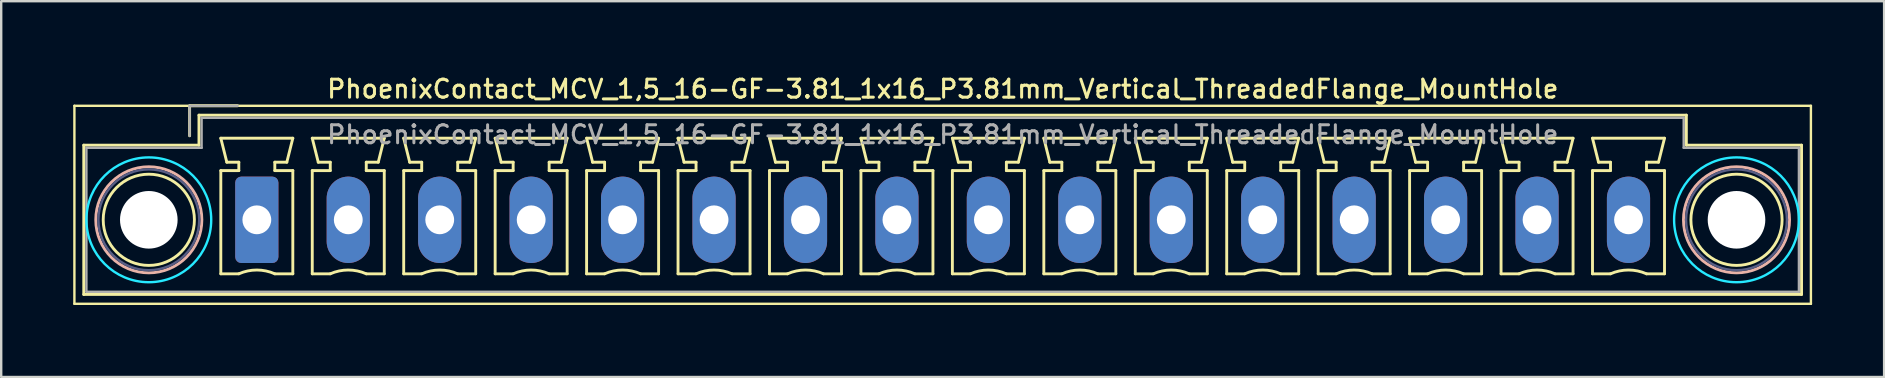
<source format=kicad_pcb>
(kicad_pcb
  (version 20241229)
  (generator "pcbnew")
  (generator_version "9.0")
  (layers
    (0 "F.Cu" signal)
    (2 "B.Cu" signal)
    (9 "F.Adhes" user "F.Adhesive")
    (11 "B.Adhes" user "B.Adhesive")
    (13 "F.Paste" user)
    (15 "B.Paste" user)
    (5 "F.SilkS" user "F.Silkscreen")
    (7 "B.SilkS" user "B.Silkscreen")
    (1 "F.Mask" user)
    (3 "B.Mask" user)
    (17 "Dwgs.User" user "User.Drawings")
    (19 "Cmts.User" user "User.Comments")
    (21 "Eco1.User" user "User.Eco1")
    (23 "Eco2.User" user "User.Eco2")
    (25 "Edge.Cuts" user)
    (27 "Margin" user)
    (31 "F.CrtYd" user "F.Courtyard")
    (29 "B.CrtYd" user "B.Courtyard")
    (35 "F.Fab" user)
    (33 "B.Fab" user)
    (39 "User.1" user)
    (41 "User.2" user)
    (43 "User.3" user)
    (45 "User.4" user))
  (footprint "PhoenixContact_MCV_1,5_16-GF-3.81_1x16_P3.81mm_Vertical_ThreadedFlange_MountHole"
    (layer "F.Cu")
    (at 7.65 6.108)
    (property "Reference" "PhoenixContact_MCV_1,5_16-GF-3.81_1x16_P3.81mm_Vertical_ThreadedFlange_MountHole" (at 28.58 -5.45 0) (layer "F.SilkS") (effects (font (size 0.75 0.75) (thickness 0.125))))
    (attr through_hole)
    (fp_line (start -7.6 -4.75) (end -7.6 3.5) (stroke (width 0.1) (type solid)) (layer "F.SilkS"))
    (fp_line (start -7.6 3.5) (end 64.75 3.5) (stroke (width 0.1) (type solid)) (layer "F.SilkS"))
    (fp_line (start -7.21 -3.11) (end -7.21 3.11) (stroke (width 0.12) (type solid)) (layer "F.SilkS"))
    (fp_line (start -7.21 3.11) (end 64.36 3.11) (stroke (width 0.12) (type solid)) (layer "F.SilkS"))
    (fp_line (start -2.8 -4.75) (end -0.8 -4.75) (stroke (width 0.12) (type solid)) (layer "F.SilkS"))
    (fp_line (start -2.8 -3.5) (end -2.8 -4.75) (stroke (width 0.12) (type solid)) (layer "F.SilkS"))
    (fp_line (start -2.41 -4.36) (end -2.41 -3.11) (stroke (width 0.12) (type solid)) (layer "F.SilkS"))
    (fp_line (start -2.41 -3.11) (end -7.21 -3.11) (stroke (width 0.12) (type solid)) (layer "F.SilkS"))
    (fp_line (start -1.5 -3.4) (end 1.5 -3.4) (stroke (width 0.12) (type solid)) (layer "F.SilkS"))
    (fp_line (start -1.5 -2.05) (end -0.75 -2.05) (stroke (width 0.12) (type solid)) (layer "F.SilkS"))
    (fp_line (start -1.5 2.25) (end -1.5 -2.05) (stroke (width 0.12) (type solid)) (layer "F.SilkS"))
    (fp_line (start -1.25 -2.4) (end -1.5 -3.4) (stroke (width 0.12) (type solid)) (layer "F.SilkS"))
    (fp_line (start -0.75 -2.4) (end -1.25 -2.4) (stroke (width 0.12) (type solid)) (layer "F.SilkS"))
    (fp_line (start -0.75 -2.05) (end -0.75 -2.4) (stroke (width 0.12) (type solid)) (layer "F.SilkS"))
    (fp_line (start -0.75 2.25) (end -1.5 2.25) (stroke (width 0.12) (type solid)) (layer "F.SilkS"))
    (fp_line (start 0.75 -2.4) (end 0.75 -2.05) (stroke (width 0.12) (type solid)) (layer "F.SilkS"))
    (fp_line (start 0.75 -2.05) (end 1.5 -2.05) (stroke (width 0.12) (type solid)) (layer "F.SilkS"))
    (fp_line (start 1.25 -2.4) (end 0.75 -2.4) (stroke (width 0.12) (type solid)) (layer "F.SilkS"))
    (fp_line (start 1.5 -3.4) (end 1.25 -2.4) (stroke (width 0.12) (type solid)) (layer "F.SilkS"))
    (fp_line (start 1.5 -2.05) (end 1.5 2.25) (stroke (width 0.12) (type solid)) (layer "F.SilkS"))
    (fp_line (start 1.5 2.25) (end 0.75 2.25) (stroke (width 0.12) (type solid)) (layer "F.SilkS"))
    (fp_line (start 2.31 -3.4) (end 5.31 -3.4) (stroke (width 0.12) (type solid)) (layer "F.SilkS"))
    (fp_line (start 2.31 -2.05) (end 3.06 -2.05) (stroke (width 0.12) (type solid)) (layer "F.SilkS"))
    (fp_line (start 2.31 2.25) (end 2.31 -2.05) (stroke (width 0.12) (type solid)) (layer "F.SilkS"))
    (fp_line (start 2.56 -2.4) (end 2.31 -3.4) (stroke (width 0.12) (type solid)) (layer "F.SilkS"))
    (fp_line (start 3.06 -2.4) (end 2.56 -2.4) (stroke (width 0.12) (type solid)) (layer "F.SilkS"))
    (fp_line (start 3.06 -2.05) (end 3.06 -2.4) (stroke (width 0.12) (type solid)) (layer "F.SilkS"))
    (fp_line (start 3.06 2.25) (end 2.31 2.25) (stroke (width 0.12) (type solid)) (layer "F.SilkS"))
    (fp_line (start 4.56 -2.4) (end 4.56 -2.05) (stroke (width 0.12) (type solid)) (layer "F.SilkS"))
    (fp_line (start 4.56 -2.05) (end 5.31 -2.05) (stroke (width 0.12) (type solid)) (layer "F.SilkS"))
    (fp_line (start 5.06 -2.4) (end 4.56 -2.4) (stroke (width 0.12) (type solid)) (layer "F.SilkS"))
    (fp_line (start 5.31 -3.4) (end 5.06 -2.4) (stroke (width 0.12) (type solid)) (layer "F.SilkS"))
    (fp_line (start 5.31 -2.05) (end 5.31 2.25) (stroke (width 0.12) (type solid)) (layer "F.SilkS"))
    (fp_line (start 5.31 2.25) (end 4.56 2.25) (stroke (width 0.12) (type solid)) (layer "F.SilkS"))
    (fp_line (start 6.12 -3.4) (end 9.12 -3.4) (stroke (width 0.12) (type solid)) (layer "F.SilkS"))
    (fp_line (start 6.12 -2.05) (end 6.87 -2.05) (stroke (width 0.12) (type solid)) (layer "F.SilkS"))
    (fp_line (start 6.12 2.25) (end 6.12 -2.05) (stroke (width 0.12) (type solid)) (layer "F.SilkS"))
    (fp_line (start 6.37 -2.4) (end 6.12 -3.4) (stroke (width 0.12) (type solid)) (layer "F.SilkS"))
    (fp_line (start 6.87 -2.4) (end 6.37 -2.4) (stroke (width 0.12) (type solid)) (layer "F.SilkS"))
    (fp_line (start 6.87 -2.05) (end 6.87 -2.4) (stroke (width 0.12) (type solid)) (layer "F.SilkS"))
    (fp_line (start 6.87 2.25) (end 6.12 2.25) (stroke (width 0.12) (type solid)) (layer "F.SilkS"))
    (fp_line (start 8.37 -2.4) (end 8.37 -2.05) (stroke (width 0.12) (type solid)) (layer "F.SilkS"))
    (fp_line (start 8.37 -2.05) (end 9.12 -2.05) (stroke (width 0.12) (type solid)) (layer "F.SilkS"))
    (fp_line (start 8.87 -2.4) (end 8.37 -2.4) (stroke (width 0.12) (type solid)) (layer "F.SilkS"))
    (fp_line (start 9.12 -3.4) (end 8.87 -2.4) (stroke (width 0.12) (type solid)) (layer "F.SilkS"))
    (fp_line (start 9.12 -2.05) (end 9.12 2.25) (stroke (width 0.12) (type solid)) (layer "F.SilkS"))
    (fp_line (start 9.12 2.25) (end 8.37 2.25) (stroke (width 0.12) (type solid)) (layer "F.SilkS"))
    (fp_line (start 9.93 -3.4) (end 12.93 -3.4) (stroke (width 0.12) (type solid)) (layer "F.SilkS"))
    (fp_line (start 9.93 -2.05) (end 10.68 -2.05) (stroke (width 0.12) (type solid)) (layer "F.SilkS"))
    (fp_line (start 9.93 2.25) (end 9.93 -2.05) (stroke (width 0.12) (type solid)) (layer "F.SilkS"))
    (fp_line (start 10.18 -2.4) (end 9.93 -3.4) (stroke (width 0.12) (type solid)) (layer "F.SilkS"))
    (fp_line (start 10.68 -2.4) (end 10.18 -2.4) (stroke (width 0.12) (type solid)) (layer "F.SilkS"))
    (fp_line (start 10.68 -2.05) (end 10.68 -2.4) (stroke (width 0.12) (type solid)) (layer "F.SilkS"))
    (fp_line (start 10.68 2.25) (end 9.93 2.25) (stroke (width 0.12) (type solid)) (layer "F.SilkS"))
    (fp_line (start 12.18 -2.4) (end 12.18 -2.05) (stroke (width 0.12) (type solid)) (layer "F.SilkS"))
    (fp_line (start 12.18 -2.05) (end 12.93 -2.05) (stroke (width 0.12) (type solid)) (layer "F.SilkS"))
    (fp_line (start 12.68 -2.4) (end 12.18 -2.4) (stroke (width 0.12) (type solid)) (layer "F.SilkS"))
    (fp_line (start 12.93 -3.4) (end 12.68 -2.4) (stroke (width 0.12) (type solid)) (layer "F.SilkS"))
    (fp_line (start 12.93 -2.05) (end 12.93 2.25) (stroke (width 0.12) (type solid)) (layer "F.SilkS"))
    (fp_line (start 12.93 2.25) (end 12.18 2.25) (stroke (width 0.12) (type solid)) (layer "F.SilkS"))
    (fp_line (start 13.74 -3.4) (end 16.74 -3.4) (stroke (width 0.12) (type solid)) (layer "F.SilkS"))
    (fp_line (start 13.74 -2.05) (end 14.49 -2.05) (stroke (width 0.12) (type solid)) (layer "F.SilkS"))
    (fp_line (start 13.74 2.25) (end 13.74 -2.05) (stroke (width 0.12) (type solid)) (layer "F.SilkS"))
    (fp_line (start 13.99 -2.4) (end 13.74 -3.4) (stroke (width 0.12) (type solid)) (layer "F.SilkS"))
    (fp_line (start 14.49 -2.4) (end 13.99 -2.4) (stroke (width 0.12) (type solid)) (layer "F.SilkS"))
    (fp_line (start 14.49 -2.05) (end 14.49 -2.4) (stroke (width 0.12) (type solid)) (layer "F.SilkS"))
    (fp_line (start 14.49 2.25) (end 13.74 2.25) (stroke (width 0.12) (type solid)) (layer "F.SilkS"))
    (fp_line (start 15.99 -2.4) (end 15.99 -2.05) (stroke (width 0.12) (type solid)) (layer "F.SilkS"))
    (fp_line (start 15.99 -2.05) (end 16.74 -2.05) (stroke (width 0.12) (type solid)) (layer "F.SilkS"))
    (fp_line (start 16.49 -2.4) (end 15.99 -2.4) (stroke (width 0.12) (type solid)) (layer "F.SilkS"))
    (fp_line (start 16.74 -3.4) (end 16.49 -2.4) (stroke (width 0.12) (type solid)) (layer "F.SilkS"))
    (fp_line (start 16.74 -2.05) (end 16.74 2.25) (stroke (width 0.12) (type solid)) (layer "F.SilkS"))
    (fp_line (start 16.74 2.25) (end 15.99 2.25) (stroke (width 0.12) (type solid)) (layer "F.SilkS"))
    (fp_line (start 17.55 -3.4) (end 20.55 -3.4) (stroke (width 0.12) (type solid)) (layer "F.SilkS"))
    (fp_line (start 17.55 -2.05) (end 18.3 -2.05) (stroke (width 0.12) (type solid)) (layer "F.SilkS"))
    (fp_line (start 17.55 2.25) (end 17.55 -2.05) (stroke (width 0.12) (type solid)) (layer "F.SilkS"))
    (fp_line (start 17.8 -2.4) (end 17.55 -3.4) (stroke (width 0.12) (type solid)) (layer "F.SilkS"))
    (fp_line (start 18.3 -2.4) (end 17.8 -2.4) (stroke (width 0.12) (type solid)) (layer "F.SilkS"))
    (fp_line (start 18.3 -2.05) (end 18.3 -2.4) (stroke (width 0.12) (type solid)) (layer "F.SilkS"))
    (fp_line (start 18.3 2.25) (end 17.55 2.25) (stroke (width 0.12) (type solid)) (layer "F.SilkS"))
    (fp_line (start 19.8 -2.4) (end 19.8 -2.05) (stroke (width 0.12) (type solid)) (layer "F.SilkS"))
    (fp_line (start 19.8 -2.05) (end 20.55 -2.05) (stroke (width 0.12) (type solid)) (layer "F.SilkS"))
    (fp_line (start 20.3 -2.4) (end 19.8 -2.4) (stroke (width 0.12) (type solid)) (layer "F.SilkS"))
    (fp_line (start 20.55 -3.4) (end 20.3 -2.4) (stroke (width 0.12) (type solid)) (layer "F.SilkS"))
    (fp_line (start 20.55 -2.05) (end 20.55 2.25) (stroke (width 0.12) (type solid)) (layer "F.SilkS"))
    (fp_line (start 20.55 2.25) (end 19.8 2.25) (stroke (width 0.12) (type solid)) (layer "F.SilkS"))
    (fp_line (start 21.36 -3.4) (end 24.36 -3.4) (stroke (width 0.12) (type solid)) (layer "F.SilkS"))
    (fp_line (start 21.36 -2.05) (end 22.11 -2.05) (stroke (width 0.12) (type solid)) (layer "F.SilkS"))
    (fp_line (start 21.36 2.25) (end 21.36 -2.05) (stroke (width 0.12) (type solid)) (layer "F.SilkS"))
    (fp_line (start 21.61 -2.4) (end 21.36 -3.4) (stroke (width 0.12) (type solid)) (layer "F.SilkS"))
    (fp_line (start 22.11 -2.4) (end 21.61 -2.4) (stroke (width 0.12) (type solid)) (layer "F.SilkS"))
    (fp_line (start 22.11 -2.05) (end 22.11 -2.4) (stroke (width 0.12) (type solid)) (layer "F.SilkS"))
    (fp_line (start 22.11 2.25) (end 21.36 2.25) (stroke (width 0.12) (type solid)) (layer "F.SilkS"))
    (fp_line (start 23.61 -2.4) (end 23.61 -2.05) (stroke (width 0.12) (type solid)) (layer "F.SilkS"))
    (fp_line (start 23.61 -2.05) (end 24.36 -2.05) (stroke (width 0.12) (type solid)) (layer "F.SilkS"))
    (fp_line (start 24.11 -2.4) (end 23.61 -2.4) (stroke (width 0.12) (type solid)) (layer "F.SilkS"))
    (fp_line (start 24.36 -3.4) (end 24.11 -2.4) (stroke (width 0.12) (type solid)) (layer "F.SilkS"))
    (fp_line (start 24.36 -2.05) (end 24.36 2.25) (stroke (width 0.12) (type solid)) (layer "F.SilkS"))
    (fp_line (start 24.36 2.25) (end 23.61 2.25) (stroke (width 0.12) (type solid)) (layer "F.SilkS"))
    (fp_line (start 25.17 -3.4) (end 28.17 -3.4) (stroke (width 0.12) (type solid)) (layer "F.SilkS"))
    (fp_line (start 25.17 -2.05) (end 25.92 -2.05) (stroke (width 0.12) (type solid)) (layer "F.SilkS"))
    (fp_line (start 25.17 2.25) (end 25.17 -2.05) (stroke (width 0.12) (type solid)) (layer "F.SilkS"))
    (fp_line (start 25.42 -2.4) (end 25.17 -3.4) (stroke (width 0.12) (type solid)) (layer "F.SilkS"))
    (fp_line (start 25.92 -2.4) (end 25.42 -2.4) (stroke (width 0.12) (type solid)) (layer "F.SilkS"))
    (fp_line (start 25.92 -2.05) (end 25.92 -2.4) (stroke (width 0.12) (type solid)) (layer "F.SilkS"))
    (fp_line (start 25.92 2.25) (end 25.17 2.25) (stroke (width 0.12) (type solid)) (layer "F.SilkS"))
    (fp_line (start 27.42 -2.4) (end 27.42 -2.05) (stroke (width 0.12) (type solid)) (layer "F.SilkS"))
    (fp_line (start 27.42 -2.05) (end 28.17 -2.05) (stroke (width 0.12) (type solid)) (layer "F.SilkS"))
    (fp_line (start 27.92 -2.4) (end 27.42 -2.4) (stroke (width 0.12) (type solid)) (layer "F.SilkS"))
    (fp_line (start 28.17 -3.4) (end 27.92 -2.4) (stroke (width 0.12) (type solid)) (layer "F.SilkS"))
    (fp_line (start 28.17 -2.05) (end 28.17 2.25) (stroke (width 0.12) (type solid)) (layer "F.SilkS"))
    (fp_line (start 28.17 2.25) (end 27.42 2.25) (stroke (width 0.12) (type solid)) (layer "F.SilkS"))
    (fp_line (start 28.98 -3.4) (end 31.98 -3.4) (stroke (width 0.12) (type solid)) (layer "F.SilkS"))
    (fp_line (start 28.98 -2.05) (end 29.73 -2.05) (stroke (width 0.12) (type solid)) (layer "F.SilkS"))
    (fp_line (start 28.98 2.25) (end 28.98 -2.05) (stroke (width 0.12) (type solid)) (layer "F.SilkS"))
    (fp_line (start 29.23 -2.4) (end 28.98 -3.4) (stroke (width 0.12) (type solid)) (layer "F.SilkS"))
    (fp_line (start 29.73 -2.4) (end 29.23 -2.4) (stroke (width 0.12) (type solid)) (layer "F.SilkS"))
    (fp_line (start 29.73 -2.05) (end 29.73 -2.4) (stroke (width 0.12) (type solid)) (layer "F.SilkS"))
    (fp_line (start 29.73 2.25) (end 28.98 2.25) (stroke (width 0.12) (type solid)) (layer "F.SilkS"))
    (fp_line (start 31.23 -2.4) (end 31.23 -2.05) (stroke (width 0.12) (type solid)) (layer "F.SilkS"))
    (fp_line (start 31.23 -2.05) (end 31.98 -2.05) (stroke (width 0.12) (type solid)) (layer "F.SilkS"))
    (fp_line (start 31.73 -2.4) (end 31.23 -2.4) (stroke (width 0.12) (type solid)) (layer "F.SilkS"))
    (fp_line (start 31.98 -3.4) (end 31.73 -2.4) (stroke (width 0.12) (type solid)) (layer "F.SilkS"))
    (fp_line (start 31.98 -2.05) (end 31.98 2.25) (stroke (width 0.12) (type solid)) (layer "F.SilkS"))
    (fp_line (start 31.98 2.25) (end 31.23 2.25) (stroke (width 0.12) (type solid)) (layer "F.SilkS"))
    (fp_line (start 32.79 -3.4) (end 35.79 -3.4) (stroke (width 0.12) (type solid)) (layer "F.SilkS"))
    (fp_line (start 32.79 -2.05) (end 33.54 -2.05) (stroke (width 0.12) (type solid)) (layer "F.SilkS"))
    (fp_line (start 32.79 2.25) (end 32.79 -2.05) (stroke (width 0.12) (type solid)) (layer "F.SilkS"))
    (fp_line (start 33.04 -2.4) (end 32.79 -3.4) (stroke (width 0.12) (type solid)) (layer "F.SilkS"))
    (fp_line (start 33.54 -2.4) (end 33.04 -2.4) (stroke (width 0.12) (type solid)) (layer "F.SilkS"))
    (fp_line (start 33.54 -2.05) (end 33.54 -2.4) (stroke (width 0.12) (type solid)) (layer "F.SilkS"))
    (fp_line (start 33.54 2.25) (end 32.79 2.25) (stroke (width 0.12) (type solid)) (layer "F.SilkS"))
    (fp_line (start 35.04 -2.4) (end 35.04 -2.05) (stroke (width 0.12) (type solid)) (layer "F.SilkS"))
    (fp_line (start 35.04 -2.05) (end 35.79 -2.05) (stroke (width 0.12) (type solid)) (layer "F.SilkS"))
    (fp_line (start 35.54 -2.4) (end 35.04 -2.4) (stroke (width 0.12) (type solid)) (layer "F.SilkS"))
    (fp_line (start 35.79 -3.4) (end 35.54 -2.4) (stroke (width 0.12) (type solid)) (layer "F.SilkS"))
    (fp_line (start 35.79 -2.05) (end 35.79 2.25) (stroke (width 0.12) (type solid)) (layer "F.SilkS"))
    (fp_line (start 35.79 2.25) (end 35.04 2.25) (stroke (width 0.12) (type solid)) (layer "F.SilkS"))
    (fp_line (start 36.6 -3.4) (end 39.6 -3.4) (stroke (width 0.12) (type solid)) (layer "F.SilkS"))
    (fp_line (start 36.6 -2.05) (end 37.35 -2.05) (stroke (width 0.12) (type solid)) (layer "F.SilkS"))
    (fp_line (start 36.6 2.25) (end 36.6 -2.05) (stroke (width 0.12) (type solid)) (layer "F.SilkS"))
    (fp_line (start 36.85 -2.4) (end 36.6 -3.4) (stroke (width 0.12) (type solid)) (layer "F.SilkS"))
    (fp_line (start 37.35 -2.4) (end 36.85 -2.4) (stroke (width 0.12) (type solid)) (layer "F.SilkS"))
    (fp_line (start 37.35 -2.05) (end 37.35 -2.4) (stroke (width 0.12) (type solid)) (layer "F.SilkS"))
    (fp_line (start 37.35 2.25) (end 36.6 2.25) (stroke (width 0.12) (type solid)) (layer "F.SilkS"))
    (fp_line (start 38.85 -2.4) (end 38.85 -2.05) (stroke (width 0.12) (type solid)) (layer "F.SilkS"))
    (fp_line (start 38.85 -2.05) (end 39.6 -2.05) (stroke (width 0.12) (type solid)) (layer "F.SilkS"))
    (fp_line (start 39.35 -2.4) (end 38.85 -2.4) (stroke (width 0.12) (type solid)) (layer "F.SilkS"))
    (fp_line (start 39.6 -3.4) (end 39.35 -2.4) (stroke (width 0.12) (type solid)) (layer "F.SilkS"))
    (fp_line (start 39.6 -2.05) (end 39.6 2.25) (stroke (width 0.12) (type solid)) (layer "F.SilkS"))
    (fp_line (start 39.6 2.25) (end 38.85 2.25) (stroke (width 0.12) (type solid)) (layer "F.SilkS"))
    (fp_line (start 40.41 -3.4) (end 43.41 -3.4) (stroke (width 0.12) (type solid)) (layer "F.SilkS"))
    (fp_line (start 40.41 -2.05) (end 41.16 -2.05) (stroke (width 0.12) (type solid)) (layer "F.SilkS"))
    (fp_line (start 40.41 2.25) (end 40.41 -2.05) (stroke (width 0.12) (type solid)) (layer "F.SilkS"))
    (fp_line (start 40.66 -2.4) (end 40.41 -3.4) (stroke (width 0.12) (type solid)) (layer "F.SilkS"))
    (fp_line (start 41.16 -2.4) (end 40.66 -2.4) (stroke (width 0.12) (type solid)) (layer "F.SilkS"))
    (fp_line (start 41.16 -2.05) (end 41.16 -2.4) (stroke (width 0.12) (type solid)) (layer "F.SilkS"))
    (fp_line (start 41.16 2.25) (end 40.41 2.25) (stroke (width 0.12) (type solid)) (layer "F.SilkS"))
    (fp_line (start 42.66 -2.4) (end 42.66 -2.05) (stroke (width 0.12) (type solid)) (layer "F.SilkS"))
    (fp_line (start 42.66 -2.05) (end 43.41 -2.05) (stroke (width 0.12) (type solid)) (layer "F.SilkS"))
    (fp_line (start 43.16 -2.4) (end 42.66 -2.4) (stroke (width 0.12) (type solid)) (layer "F.SilkS"))
    (fp_line (start 43.41 -3.4) (end 43.16 -2.4) (stroke (width 0.12) (type solid)) (layer "F.SilkS"))
    (fp_line (start 43.41 -2.05) (end 43.41 2.25) (stroke (width 0.12) (type solid)) (layer "F.SilkS"))
    (fp_line (start 43.41 2.25) (end 42.66 2.25) (stroke (width 0.12) (type solid)) (layer "F.SilkS"))
    (fp_line (start 44.22 -3.4) (end 47.22 -3.4) (stroke (width 0.12) (type solid)) (layer "F.SilkS"))
    (fp_line (start 44.22 -2.05) (end 44.97 -2.05) (stroke (width 0.12) (type solid)) (layer "F.SilkS"))
    (fp_line (start 44.22 2.25) (end 44.22 -2.05) (stroke (width 0.12) (type solid)) (layer "F.SilkS"))
    (fp_line (start 44.47 -2.4) (end 44.22 -3.4) (stroke (width 0.12) (type solid)) (layer "F.SilkS"))
    (fp_line (start 44.97 -2.4) (end 44.47 -2.4) (stroke (width 0.12) (type solid)) (layer "F.SilkS"))
    (fp_line (start 44.97 -2.05) (end 44.97 -2.4) (stroke (width 0.12) (type solid)) (layer "F.SilkS"))
    (fp_line (start 44.97 2.25) (end 44.22 2.25) (stroke (width 0.12) (type solid)) (layer "F.SilkS"))
    (fp_line (start 46.47 -2.4) (end 46.47 -2.05) (stroke (width 0.12) (type solid)) (layer "F.SilkS"))
    (fp_line (start 46.47 -2.05) (end 47.22 -2.05) (stroke (width 0.12) (type solid)) (layer "F.SilkS"))
    (fp_line (start 46.97 -2.4) (end 46.47 -2.4) (stroke (width 0.12) (type solid)) (layer "F.SilkS"))
    (fp_line (start 47.22 -3.4) (end 46.97 -2.4) (stroke (width 0.12) (type solid)) (layer "F.SilkS"))
    (fp_line (start 47.22 -2.05) (end 47.22 2.25) (stroke (width 0.12) (type solid)) (layer "F.SilkS"))
    (fp_line (start 47.22 2.25) (end 46.47 2.25) (stroke (width 0.12) (type solid)) (layer "F.SilkS"))
    (fp_line (start 48.03 -3.4) (end 51.03 -3.4) (stroke (width 0.12) (type solid)) (layer "F.SilkS"))
    (fp_line (start 48.03 -2.05) (end 48.78 -2.05) (stroke (width 0.12) (type solid)) (layer "F.SilkS"))
    (fp_line (start 48.03 2.25) (end 48.03 -2.05) (stroke (width 0.12) (type solid)) (layer "F.SilkS"))
    (fp_line (start 48.28 -2.4) (end 48.03 -3.4) (stroke (width 0.12) (type solid)) (layer "F.SilkS"))
    (fp_line (start 48.78 -2.4) (end 48.28 -2.4) (stroke (width 0.12) (type solid)) (layer "F.SilkS"))
    (fp_line (start 48.78 -2.05) (end 48.78 -2.4) (stroke (width 0.12) (type solid)) (layer "F.SilkS"))
    (fp_line (start 48.78 2.25) (end 48.03 2.25) (stroke (width 0.12) (type solid)) (layer "F.SilkS"))
    (fp_line (start 50.28 -2.4) (end 50.28 -2.05) (stroke (width 0.12) (type solid)) (layer "F.SilkS"))
    (fp_line (start 50.28 -2.05) (end 51.03 -2.05) (stroke (width 0.12) (type solid)) (layer "F.SilkS"))
    (fp_line (start 50.78 -2.4) (end 50.28 -2.4) (stroke (width 0.12) (type solid)) (layer "F.SilkS"))
    (fp_line (start 51.03 -3.4) (end 50.78 -2.4) (stroke (width 0.12) (type solid)) (layer "F.SilkS"))
    (fp_line (start 51.03 -2.05) (end 51.03 2.25) (stroke (width 0.12) (type solid)) (layer "F.SilkS"))
    (fp_line (start 51.03 2.25) (end 50.28 2.25) (stroke (width 0.12) (type solid)) (layer "F.SilkS"))
    (fp_line (start 51.84 -3.4) (end 54.84 -3.4) (stroke (width 0.12) (type solid)) (layer "F.SilkS"))
    (fp_line (start 51.84 -2.05) (end 52.59 -2.05) (stroke (width 0.12) (type solid)) (layer "F.SilkS"))
    (fp_line (start 51.84 2.25) (end 51.84 -2.05) (stroke (width 0.12) (type solid)) (layer "F.SilkS"))
    (fp_line (start 52.09 -2.4) (end 51.84 -3.4) (stroke (width 0.12) (type solid)) (layer "F.SilkS"))
    (fp_line (start 52.59 -2.4) (end 52.09 -2.4) (stroke (width 0.12) (type solid)) (layer "F.SilkS"))
    (fp_line (start 52.59 -2.05) (end 52.59 -2.4) (stroke (width 0.12) (type solid)) (layer "F.SilkS"))
    (fp_line (start 52.59 2.25) (end 51.84 2.25) (stroke (width 0.12) (type solid)) (layer "F.SilkS"))
    (fp_line (start 54.09 -2.4) (end 54.09 -2.05) (stroke (width 0.12) (type solid)) (layer "F.SilkS"))
    (fp_line (start 54.09 -2.05) (end 54.84 -2.05) (stroke (width 0.12) (type solid)) (layer "F.SilkS"))
    (fp_line (start 54.59 -2.4) (end 54.09 -2.4) (stroke (width 0.12) (type solid)) (layer "F.SilkS"))
    (fp_line (start 54.84 -3.4) (end 54.59 -2.4) (stroke (width 0.12) (type solid)) (layer "F.SilkS"))
    (fp_line (start 54.84 -2.05) (end 54.84 2.25) (stroke (width 0.12) (type solid)) (layer "F.SilkS"))
    (fp_line (start 54.84 2.25) (end 54.09 2.25) (stroke (width 0.12) (type solid)) (layer "F.SilkS"))
    (fp_line (start 55.65 -3.4) (end 58.65 -3.4) (stroke (width 0.12) (type solid)) (layer "F.SilkS"))
    (fp_line (start 55.65 -2.05) (end 56.4 -2.05) (stroke (width 0.12) (type solid)) (layer "F.SilkS"))
    (fp_line (start 55.65 2.25) (end 55.65 -2.05) (stroke (width 0.12) (type solid)) (layer "F.SilkS"))
    (fp_line (start 55.9 -2.4) (end 55.65 -3.4) (stroke (width 0.12) (type solid)) (layer "F.SilkS"))
    (fp_line (start 56.4 -2.4) (end 55.9 -2.4) (stroke (width 0.12) (type solid)) (layer "F.SilkS"))
    (fp_line (start 56.4 -2.05) (end 56.4 -2.4) (stroke (width 0.12) (type solid)) (layer "F.SilkS"))
    (fp_line (start 56.4 2.25) (end 55.65 2.25) (stroke (width 0.12) (type solid)) (layer "F.SilkS"))
    (fp_line (start 57.9 -2.4) (end 57.9 -2.05) (stroke (width 0.12) (type solid)) (layer "F.SilkS"))
    (fp_line (start 57.9 -2.05) (end 58.65 -2.05) (stroke (width 0.12) (type solid)) (layer "F.SilkS"))
    (fp_line (start 58.4 -2.4) (end 57.9 -2.4) (stroke (width 0.12) (type solid)) (layer "F.SilkS"))
    (fp_line (start 58.65 -3.4) (end 58.4 -2.4) (stroke (width 0.12) (type solid)) (layer "F.SilkS"))
    (fp_line (start 58.65 -2.05) (end 58.65 2.25) (stroke (width 0.12) (type solid)) (layer "F.SilkS"))
    (fp_line (start 58.65 2.25) (end 57.9 2.25) (stroke (width 0.12) (type solid)) (layer "F.SilkS"))
    (fp_line (start 59.56 -4.36) (end -2.41 -4.36) (stroke (width 0.12) (type solid)) (layer "F.SilkS"))
    (fp_line (start 59.56 -3.11) (end 59.56 -4.36) (stroke (width 0.12) (type solid)) (layer "F.SilkS"))
    (fp_line (start 64.36 -3.11) (end 59.56 -3.11) (stroke (width 0.12) (type solid)) (layer "F.SilkS"))
    (fp_line (start 64.36 3.11) (end 64.36 -3.11) (stroke (width 0.12) (type solid)) (layer "F.SilkS"))
    (fp_line (start 64.75 -4.75) (end -7.6 -4.75) (stroke (width 0.1) (type solid)) (layer "F.SilkS"))
    (fp_line (start 64.75 3.5) (end 64.75 -4.75) (stroke (width 0.1) (type solid)) (layer "F.SilkS"))
    (fp_arc (start -0.75 2.25) (mid -0.000193 2.09191) (end 0.749647 2.249844) (stroke (width 0.12) (type solid)) (layer "F.SilkS"))
    (fp_arc (start 3.06 2.25) (mid 3.809807 2.09191) (end 4.559647 2.249844) (stroke (width 0.12) (type solid)) (layer "F.SilkS"))
    (fp_arc (start 6.87 2.25) (mid 7.619807 2.09191) (end 8.369647 2.249844) (stroke (width 0.12) (type solid)) (layer "F.SilkS"))
    (fp_arc (start 10.68 2.25) (mid 11.429807 2.09191) (end 12.179647 2.249844) (stroke (width 0.12) (type solid)) (layer "F.SilkS"))
    (fp_arc (start 14.49 2.25) (mid 15.239807 2.09191) (end 15.989647 2.249844) (stroke (width 0.12) (type solid)) (layer "F.SilkS"))
    (fp_arc (start 18.3 2.25) (mid 19.049807 2.09191) (end 19.799647 2.249844) (stroke (width 0.12) (type solid)) (layer "F.SilkS"))
    (fp_arc (start 22.11 2.25) (mid 22.859807 2.09191) (end 23.609647 2.249844) (stroke (width 0.12) (type solid)) (layer "F.SilkS"))
    (fp_arc (start 25.92 2.25) (mid 26.669807 2.09191) (end 27.419647 2.249844) (stroke (width 0.12) (type solid)) (layer "F.SilkS"))
    (fp_arc (start 29.73 2.25) (mid 30.479807 2.09191) (end 31.229647 2.249844) (stroke (width 0.12) (type solid)) (layer "F.SilkS"))
    (fp_arc (start 33.54 2.25) (mid 34.289807 2.09191) (end 35.039647 2.249844) (stroke (width 0.12) (type solid)) (layer "F.SilkS"))
    (fp_arc (start 37.35 2.25) (mid 38.099807 2.09191) (end 38.849647 2.249844) (stroke (width 0.12) (type solid)) (layer "F.SilkS"))
    (fp_arc (start 41.16 2.25) (mid 41.909807 2.09191) (end 42.659647 2.249844) (stroke (width 0.12) (type solid)) (layer "F.SilkS"))
    (fp_arc (start 44.97 2.25) (mid 45.719807 2.09191) (end 46.469647 2.249844) (stroke (width 0.12) (type solid)) (layer "F.SilkS"))
    (fp_arc (start 48.78 2.25) (mid 49.529807 2.09191) (end 50.279647 2.249844) (stroke (width 0.12) (type solid)) (layer "F.SilkS"))
    (fp_arc (start 52.59 2.25) (mid 53.339807 2.09191) (end 54.089647 2.249844) (stroke (width 0.12) (type solid)) (layer "F.SilkS"))
    (fp_arc (start 56.4 2.25) (mid 57.149807 2.09191) (end 57.899647 2.249844) (stroke (width 0.12) (type solid)) (layer "F.SilkS"))
    (fp_circle (center -4.5 0) (end -2.6 0) (stroke (width 0.12) (type solid)) (fill no) (layer "F.SilkS"))
    (fp_circle (center 61.65 0) (end 63.55 0) (stroke (width 0.12) (type solid)) (fill no) (layer "F.SilkS"))
    (fp_circle (center -4.5 0) (end -2.29 0) (stroke (width 0.12) (type solid)) (fill no) (layer "B.SilkS"))
    (fp_circle (center 61.65 0) (end 63.86 0) (stroke (width 0.12) (type solid)) (fill no) (layer "B.SilkS"))
    (fp_circle (center -4.5 0) (end -1.9 0) (stroke (width 0.1) (type solid)) (fill no) (layer "B.CrtYd"))
    (fp_circle (center 61.65 0) (end 64.25 0) (stroke (width 0.1) (type solid)) (fill no) (layer "B.CrtYd"))
    (fp_circle (center -4.5 0) (end -2.4 0) (stroke (width 0.1) (type solid)) (fill no) (layer "B.Fab"))
    (fp_circle (center 61.65 0) (end 63.75 0) (stroke (width 0.1) (type solid)) (fill no) (layer "B.Fab"))
    (fp_line (start -7.1 -3) (end -7.1 3) (stroke (width 0.1) (type solid)) (layer "F.Fab"))
    (fp_line (start -7.1 3) (end 64.25 3) (stroke (width 0.1) (type solid)) (layer "F.Fab"))
    (fp_line (start -2.8 -4.75) (end -0.8 -4.75) (stroke (width 0.1) (type solid)) (layer "F.Fab"))
    (fp_line (start -2.8 -3.5) (end -2.8 -4.75) (stroke (width 0.1) (type solid)) (layer "F.Fab"))
    (fp_line (start -2.3 -4.25) (end -2.3 -3) (stroke (width 0.1) (type solid)) (layer "F.Fab"))
    (fp_line (start -2.3 -3) (end -7.1 -3) (stroke (width 0.1) (type solid)) (layer "F.Fab"))
    (fp_line (start 59.45 -4.25) (end -2.3 -4.25) (stroke (width 0.1) (type solid)) (layer "F.Fab"))
    (fp_line (start 59.45 -3) (end 59.45 -4.25) (stroke (width 0.1) (type solid)) (layer "F.Fab"))
    (fp_line (start 64.25 -3) (end 59.45 -3) (stroke (width 0.1) (type solid)) (layer "F.Fab"))
    (fp_line (start 64.25 3) (end 64.25 -3) (stroke (width 0.1) (type solid)) (layer "F.Fab"))
    (fp_text user "${REFERENCE}" (at 28.58 -3.55 0) (layer "F.Fab") (effects (font (size 0.75 0.75) (thickness 0.125))))
    (pad "" np_thru_hole circle (at -4.5 0) (size 2.4 2.4) (drill 2.4) (layers "*.Cu" "*.Mask"))
    (pad "" np_thru_hole circle (at 61.65 0) (size 2.4 2.4) (drill 2.4) (layers "*.Cu" "*.Mask"))
    (pad "1" thru_hole roundrect (at 0 0) (size 1.8 3.6) (drill 1.2) (layers "*.Cu" "*.Mask") (roundrect_rratio 0.139))
    (pad "2" thru_hole oval (at 3.81 0) (size 1.8 3.6) (drill 1.2) (layers "*.Cu" "*.Mask"))
    (pad "3" thru_hole oval (at 7.62 0) (size 1.8 3.6) (drill 1.2) (layers "*.Cu" "*.Mask"))
    (pad "4" thru_hole oval (at 11.43 0) (size 1.8 3.6) (drill 1.2) (layers "*.Cu" "*.Mask"))
    (pad "5" thru_hole oval (at 15.24 0) (size 1.8 3.6) (drill 1.2) (layers "*.Cu" "*.Mask"))
    (pad "6" thru_hole oval (at 19.05 0) (size 1.8 3.6) (drill 1.2) (layers "*.Cu" "*.Mask"))
    (pad "7" thru_hole oval (at 22.86 0) (size 1.8 3.6) (drill 1.2) (layers "*.Cu" "*.Mask"))
    (pad "8" thru_hole oval (at 26.67 0) (size 1.8 3.6) (drill 1.2) (layers "*.Cu" "*.Mask"))
    (pad "9" thru_hole oval (at 30.48 0) (size 1.8 3.6) (drill 1.2) (layers "*.Cu" "*.Mask"))
    (pad "10" thru_hole oval (at 34.29 0) (size 1.8 3.6) (drill 1.2) (layers "*.Cu" "*.Mask"))
    (pad "11" thru_hole oval (at 38.1 0) (size 1.8 3.6) (drill 1.2) (layers "*.Cu" "*.Mask"))
    (pad "12" thru_hole oval (at 41.91 0) (size 1.8 3.6) (drill 1.2) (layers "*.Cu" "*.Mask"))
    (pad "13" thru_hole oval (at 45.72 0) (size 1.8 3.6) (drill 1.2) (layers "*.Cu" "*.Mask"))
    (pad "14" thru_hole oval (at 49.53 0) (size 1.8 3.6) (drill 1.2) (layers "*.Cu" "*.Mask"))
    (pad "15" thru_hole oval (at 53.34 0) (size 1.8 3.6) (drill 1.2) (layers "*.Cu" "*.Mask"))
    (pad "16" thru_hole oval (at 57.15 0) (size 1.8 3.6) (drill 1.2) (layers "*.Cu" "*.Mask")))
  (gr_rect
    (start -3 -3)
    (end 75.45 12.658)
    (stroke (width 0.1) (type default))
    (fill no)
    (layer "Edge.Cuts")))
</source>
